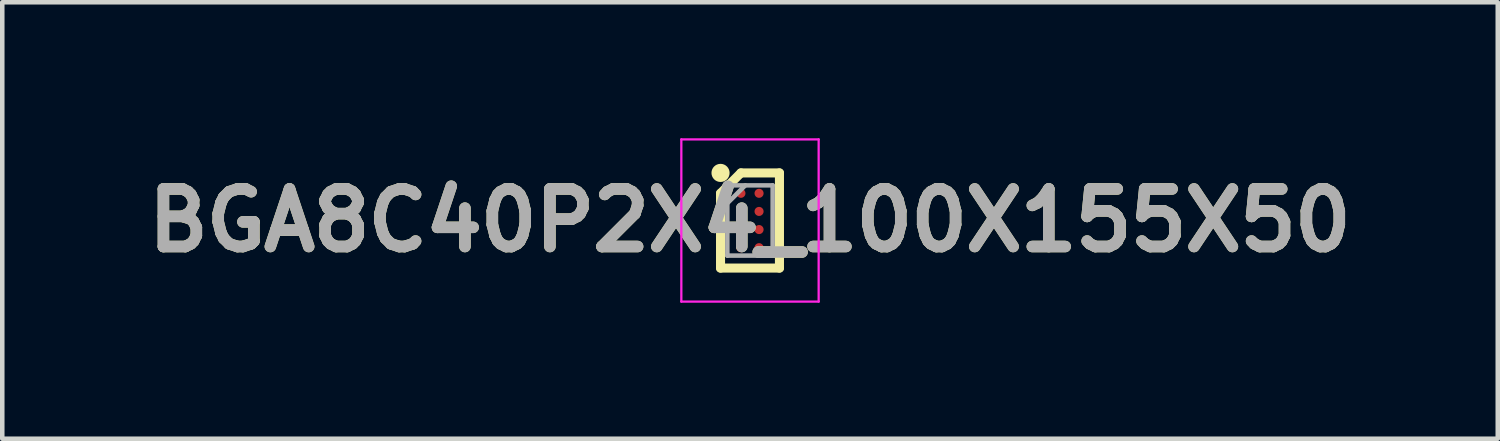
<source format=kicad_pcb>
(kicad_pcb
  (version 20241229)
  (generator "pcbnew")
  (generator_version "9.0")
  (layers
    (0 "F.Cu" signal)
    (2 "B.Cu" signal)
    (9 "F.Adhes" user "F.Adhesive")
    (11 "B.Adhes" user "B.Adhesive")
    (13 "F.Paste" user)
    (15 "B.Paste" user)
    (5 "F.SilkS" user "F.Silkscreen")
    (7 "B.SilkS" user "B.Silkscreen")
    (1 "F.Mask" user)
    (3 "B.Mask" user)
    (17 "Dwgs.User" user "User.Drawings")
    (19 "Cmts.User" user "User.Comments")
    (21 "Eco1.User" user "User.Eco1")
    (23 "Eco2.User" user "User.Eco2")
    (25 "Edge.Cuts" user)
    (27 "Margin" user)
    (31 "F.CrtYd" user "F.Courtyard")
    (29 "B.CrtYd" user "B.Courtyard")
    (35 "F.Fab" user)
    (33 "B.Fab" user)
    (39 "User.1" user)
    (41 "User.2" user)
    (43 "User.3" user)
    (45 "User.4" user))
  (footprint "BGA8C40P2X4_100X155X50"
    (layer "F.Cu")
    (at 13.498 1.815)
    (property "Reference" "BGA8C40P2X4_100X155X50" (at 0 0 0) (layer "F.SilkS") (effects (font (size 1.27 1.27) (thickness 0.254))))
    (attr smd)
    (fp_line (start -0.65 -0.6) (end -0.2 -1.05) (stroke (width 0.2) (type solid)) (layer "F.SilkS"))
    (fp_line (start -0.65 1.05) (end -0.65 -0.6) (stroke (width 0.2) (type solid)) (layer "F.SilkS"))
    (fp_line (start -0.2 -1.05) (end 0.65 -1.05) (stroke (width 0.2) (type solid)) (layer "F.SilkS"))
    (fp_line (start 0.65 -1.05) (end 0.65 1.05) (stroke (width 0.2) (type solid)) (layer "F.SilkS"))
    (fp_line (start 0.65 1.05) (end -0.65 1.05) (stroke (width 0.2) (type solid)) (layer "F.SilkS"))
    (fp_circle (center -0.65 -1.05) (end -0.65 -0.95) (stroke (width 0.2) (type solid)) (fill no) (layer "F.SilkS"))
    (fp_line (start -1.515 -1.79) (end 1.515 -1.79) (stroke (width 0.05) (type solid)) (layer "F.CrtYd"))
    (fp_line (start -1.515 1.79) (end -1.515 -1.79) (stroke (width 0.05) (type solid)) (layer "F.CrtYd"))
    (fp_line (start 1.515 -1.79) (end 1.515 1.79) (stroke (width 0.05) (type solid)) (layer "F.CrtYd"))
    (fp_line (start 1.515 1.79) (end -1.515 1.79) (stroke (width 0.05) (type solid)) (layer "F.CrtYd"))
    (fp_line (start -0.5 -0.775) (end 0.5 -0.775) (stroke (width 0.1) (type solid)) (layer "F.Fab"))
    (fp_line (start -0.5 -0.38) (end -0.105 -0.775) (stroke (width 0.1) (type solid)) (layer "F.Fab"))
    (fp_line (start -0.5 0.775) (end -0.5 -0.775) (stroke (width 0.1) (type solid)) (layer "F.Fab"))
    (fp_line (start 0.5 -0.775) (end 0.5 0.775) (stroke (width 0.1) (type solid)) (layer "F.Fab"))
    (fp_line (start 0.5 0.775) (end -0.5 0.775) (stroke (width 0.1) (type solid)) (layer "F.Fab"))
    (fp_text user "${REFERENCE}" (at 0 0 0) (layer "F.Fab") (effects (font (size 1.27 1.27) (thickness 0.254))))
    (pad "A1" smd circle (at -0.2 -0.6 90) (size 0.2 0.2) (layers "F.Cu" "F.Mask" "F.Paste"))
    (pad "A2" smd circle (at 0.2 -0.6 90) (size 0.2 0.2) (layers "F.Cu" "F.Mask" "F.Paste"))
    (pad "B1" smd circle (at -0.2 -0.2 90) (size 0.2 0.2) (layers "F.Cu" "F.Mask" "F.Paste"))
    (pad "B2" smd circle (at 0.2 -0.2 90) (size 0.2 0.2) (layers "F.Cu" "F.Mask" "F.Paste"))
    (pad "C1" smd circle (at -0.2 0.2 90) (size 0.2 0.2) (layers "F.Cu" "F.Mask" "F.Paste"))
    (pad "C2" smd circle (at 0.2 0.2 90) (size 0.2 0.2) (layers "F.Cu" "F.Mask" "F.Paste"))
    (pad "D1" smd circle (at -0.2 0.6 90) (size 0.2 0.2) (layers "F.Cu" "F.Mask" "F.Paste"))
    (pad "D2" smd circle (at 0.2 0.6 90) (size 0.2 0.2) (layers "F.Cu" "F.Mask" "F.Paste")))
  (gr_rect
    (start -3 -3)
    (end 29.997 6.63)
    (stroke (width 0.1) (type default))
    (fill no)
    (layer "Edge.Cuts")))
</source>
